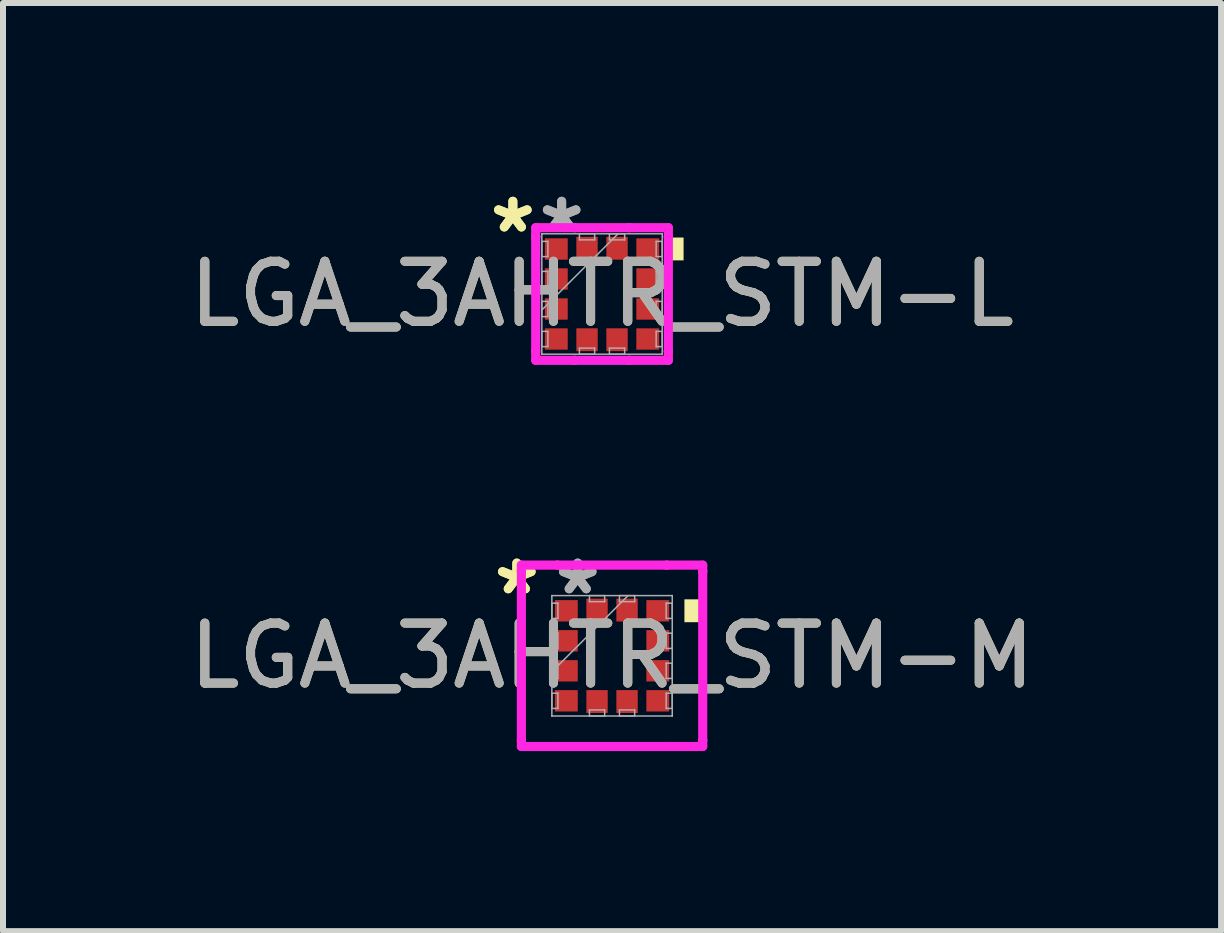
<source format=kicad_pcb>
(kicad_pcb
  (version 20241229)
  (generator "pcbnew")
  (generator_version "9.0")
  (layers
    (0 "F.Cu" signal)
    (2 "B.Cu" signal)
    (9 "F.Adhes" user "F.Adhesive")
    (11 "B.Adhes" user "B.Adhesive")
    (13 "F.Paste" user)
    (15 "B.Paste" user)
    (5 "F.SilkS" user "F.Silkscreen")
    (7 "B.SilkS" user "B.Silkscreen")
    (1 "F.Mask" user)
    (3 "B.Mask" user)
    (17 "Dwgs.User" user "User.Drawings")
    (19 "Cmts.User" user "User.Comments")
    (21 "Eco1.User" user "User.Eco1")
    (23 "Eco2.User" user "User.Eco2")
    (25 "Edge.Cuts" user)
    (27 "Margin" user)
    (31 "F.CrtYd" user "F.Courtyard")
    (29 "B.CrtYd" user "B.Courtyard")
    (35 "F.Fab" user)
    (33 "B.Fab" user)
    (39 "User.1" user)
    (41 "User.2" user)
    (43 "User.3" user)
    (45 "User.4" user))
  (footprint "LGA_3AHTR_STM-L"
    (layer "F.Cu")
    (at 6.982 1.849)
    (property "Reference" "LGA_3AHTR_STM-L" (at 0 0 0) (unlocked yes) (layer "F.SilkS") (effects (font (size 1 1) (thickness 0.15))))
    (attr smd)
    (fp_poly (pts (xy 1.359 -0.941) (xy 1.359 -0.56) (xy 1.105 -0.56) (xy 1.105 -0.941)) (stroke (width 0) (type solid)) (fill yes) (layer "F.SilkS"))
    (fp_line (start -1.105 -1.105) (end -0.453 -1.105) (stroke (width 0.152) (type solid)) (layer "F.CrtYd"))
    (fp_line (start -1.105 -0.953) (end -1.105 -1.105) (stroke (width 0.152) (type solid)) (layer "F.CrtYd"))
    (fp_line (start -1.105 -0.953) (end -1.105 -0.953) (stroke (width 0.152) (type solid)) (layer "F.CrtYd"))
    (fp_line (start -1.105 0.953) (end -1.105 -0.953) (stroke (width 0.152) (type solid)) (layer "F.CrtYd"))
    (fp_line (start -1.105 0.953) (end -1.105 0.953) (stroke (width 0.152) (type solid)) (layer "F.CrtYd"))
    (fp_line (start -1.105 1.105) (end -1.105 0.953) (stroke (width 0.152) (type solid)) (layer "F.CrtYd"))
    (fp_line (start -0.453 -1.105) (end -0.453 -1.105) (stroke (width 0.152) (type solid)) (layer "F.CrtYd"))
    (fp_line (start -0.453 -1.105) (end 0.453 -1.105) (stroke (width 0.152) (type solid)) (layer "F.CrtYd"))
    (fp_line (start -0.453 1.105) (end -1.105 1.105) (stroke (width 0.152) (type solid)) (layer "F.CrtYd"))
    (fp_line (start -0.453 1.105) (end -0.453 1.105) (stroke (width 0.152) (type solid)) (layer "F.CrtYd"))
    (fp_line (start 0.453 -1.105) (end 0.453 -1.105) (stroke (width 0.152) (type solid)) (layer "F.CrtYd"))
    (fp_line (start 0.453 -1.105) (end 1.105 -1.105) (stroke (width 0.152) (type solid)) (layer "F.CrtYd"))
    (fp_line (start 0.453 1.105) (end -0.453 1.105) (stroke (width 0.152) (type solid)) (layer "F.CrtYd"))
    (fp_line (start 0.453 1.105) (end 0.453 1.105) (stroke (width 0.152) (type solid)) (layer "F.CrtYd"))
    (fp_line (start 1.105 -1.105) (end 1.105 -0.953) (stroke (width 0.152) (type solid)) (layer "F.CrtYd"))
    (fp_line (start 1.105 -0.953) (end 1.105 -0.953) (stroke (width 0.152) (type solid)) (layer "F.CrtYd"))
    (fp_line (start 1.105 -0.953) (end 1.105 0.953) (stroke (width 0.152) (type solid)) (layer "F.CrtYd"))
    (fp_line (start 1.105 0.953) (end 1.105 0.953) (stroke (width 0.152) (type solid)) (layer "F.CrtYd"))
    (fp_line (start 1.105 0.953) (end 1.105 1.105) (stroke (width 0.152) (type solid)) (layer "F.CrtYd"))
    (fp_line (start 1.105 1.105) (end 0.453 1.105) (stroke (width 0.152) (type solid)) (layer "F.CrtYd"))
    (fp_line (start -1.003 -1.003) (end -1.003 -1.003) (stroke (width 0.025) (type solid)) (layer "F.Fab"))
    (fp_line (start -1.003 -1.003) (end -1.003 1.003) (stroke (width 0.025) (type solid)) (layer "F.Fab"))
    (fp_line (start -1.003 -0.877) (end -0.902 -0.877) (stroke (width 0.025) (type solid)) (layer "F.Fab"))
    (fp_line (start -1.003 -0.623) (end -1.003 -0.877) (stroke (width 0.025) (type solid)) (layer "F.Fab"))
    (fp_line (start -1.003 -0.377) (end -0.902 -0.377) (stroke (width 0.025) (type solid)) (layer "F.Fab"))
    (fp_line (start -1.003 -0.123) (end -1.003 -0.377) (stroke (width 0.025) (type solid)) (layer "F.Fab"))
    (fp_line (start -1.003 0.123) (end -0.902 0.123) (stroke (width 0.025) (type solid)) (layer "F.Fab"))
    (fp_line (start -1.003 0.267) (end 0.267 -1.003) (stroke (width 0.025) (type solid)) (layer "F.Fab"))
    (fp_line (start -1.003 0.377) (end -1.003 0.123) (stroke (width 0.025) (type solid)) (layer "F.Fab"))
    (fp_line (start -1.003 0.623) (end -0.902 0.623) (stroke (width 0.025) (type solid)) (layer "F.Fab"))
    (fp_line (start -1.003 0.877) (end -1.003 0.623) (stroke (width 0.025) (type solid)) (layer "F.Fab"))
    (fp_line (start -1.003 1.003) (end -1.003 1.003) (stroke (width 0.025) (type solid)) (layer "F.Fab"))
    (fp_line (start -1.003 1.003) (end 1.003 1.003) (stroke (width 0.025) (type solid)) (layer "F.Fab"))
    (fp_line (start -0.902 -0.877) (end -0.902 -0.623) (stroke (width 0.025) (type solid)) (layer "F.Fab"))
    (fp_line (start -0.902 -0.623) (end -1.003 -0.623) (stroke (width 0.025) (type solid)) (layer "F.Fab"))
    (fp_line (start -0.902 -0.377) (end -0.902 -0.123) (stroke (width 0.025) (type solid)) (layer "F.Fab"))
    (fp_line (start -0.902 -0.123) (end -1.003 -0.123) (stroke (width 0.025) (type solid)) (layer "F.Fab"))
    (fp_line (start -0.902 0.123) (end -0.902 0.377) (stroke (width 0.025) (type solid)) (layer "F.Fab"))
    (fp_line (start -0.902 0.377) (end -1.003 0.377) (stroke (width 0.025) (type solid)) (layer "F.Fab"))
    (fp_line (start -0.902 0.623) (end -0.902 0.877) (stroke (width 0.025) (type solid)) (layer "F.Fab"))
    (fp_line (start -0.902 0.877) (end -1.003 0.877) (stroke (width 0.025) (type solid)) (layer "F.Fab"))
    (fp_line (start -0.377 -1.003) (end -0.123 -1.003) (stroke (width 0.025) (type solid)) (layer "F.Fab"))
    (fp_line (start -0.377 -0.902) (end -0.377 -1.003) (stroke (width 0.025) (type solid)) (layer "F.Fab"))
    (fp_line (start -0.377 0.902) (end -0.123 0.902) (stroke (width 0.025) (type solid)) (layer "F.Fab"))
    (fp_line (start -0.377 1.003) (end -0.377 0.902) (stroke (width 0.025) (type solid)) (layer "F.Fab"))
    (fp_line (start -0.123 -1.003) (end -0.123 -0.902) (stroke (width 0.025) (type solid)) (layer "F.Fab"))
    (fp_line (start -0.123 -0.902) (end -0.377 -0.902) (stroke (width 0.025) (type solid)) (layer "F.Fab"))
    (fp_line (start -0.123 0.902) (end -0.123 1.003) (stroke (width 0.025) (type solid)) (layer "F.Fab"))
    (fp_line (start -0.123 1.003) (end -0.377 1.003) (stroke (width 0.025) (type solid)) (layer "F.Fab"))
    (fp_line (start 0.123 -1.003) (end 0.377 -1.003) (stroke (width 0.025) (type solid)) (layer "F.Fab"))
    (fp_line (start 0.123 -0.902) (end 0.123 -1.003) (stroke (width 0.025) (type solid)) (layer "F.Fab"))
    (fp_line (start 0.123 0.902) (end 0.377 0.902) (stroke (width 0.025) (type solid)) (layer "F.Fab"))
    (fp_line (start 0.123 1.003) (end 0.123 0.902) (stroke (width 0.025) (type solid)) (layer "F.Fab"))
    (fp_line (start 0.377 -1.003) (end 0.377 -0.902) (stroke (width 0.025) (type solid)) (layer "F.Fab"))
    (fp_line (start 0.377 -0.902) (end 0.123 -0.902) (stroke (width 0.025) (type solid)) (layer "F.Fab"))
    (fp_line (start 0.377 0.902) (end 0.377 1.003) (stroke (width 0.025) (type solid)) (layer "F.Fab"))
    (fp_line (start 0.377 1.003) (end 0.123 1.003) (stroke (width 0.025) (type solid)) (layer "F.Fab"))
    (fp_line (start 0.902 -0.877) (end 1.003 -0.877) (stroke (width 0.025) (type solid)) (layer "F.Fab"))
    (fp_line (start 0.902 -0.623) (end 0.902 -0.877) (stroke (width 0.025) (type solid)) (layer "F.Fab"))
    (fp_line (start 0.902 -0.377) (end 1.003 -0.377) (stroke (width 0.025) (type solid)) (layer "F.Fab"))
    (fp_line (start 0.902 -0.123) (end 0.902 -0.377) (stroke (width 0.025) (type solid)) (layer "F.Fab"))
    (fp_line (start 0.902 0.123) (end 1.003 0.123) (stroke (width 0.025) (type solid)) (layer "F.Fab"))
    (fp_line (start 0.902 0.377) (end 0.902 0.123) (stroke (width 0.025) (type solid)) (layer "F.Fab"))
    (fp_line (start 0.902 0.623) (end 1.003 0.623) (stroke (width 0.025) (type solid)) (layer "F.Fab"))
    (fp_line (start 0.902 0.877) (end 0.902 0.623) (stroke (width 0.025) (type solid)) (layer "F.Fab"))
    (fp_line (start 1.003 -1.003) (end -1.003 -1.003) (stroke (width 0.025) (type solid)) (layer "F.Fab"))
    (fp_line (start 1.003 -1.003) (end 1.003 -1.003) (stroke (width 0.025) (type solid)) (layer "F.Fab"))
    (fp_line (start 1.003 -0.877) (end 1.003 -0.623) (stroke (width 0.025) (type solid)) (layer "F.Fab"))
    (fp_line (start 1.003 -0.623) (end 0.902 -0.623) (stroke (width 0.025) (type solid)) (layer "F.Fab"))
    (fp_line (start 1.003 -0.377) (end 1.003 -0.123) (stroke (width 0.025) (type solid)) (layer "F.Fab"))
    (fp_line (start 1.003 -0.123) (end 0.902 -0.123) (stroke (width 0.025) (type solid)) (layer "F.Fab"))
    (fp_line (start 1.003 0.123) (end 1.003 0.377) (stroke (width 0.025) (type solid)) (layer "F.Fab"))
    (fp_line (start 1.003 0.377) (end 0.902 0.377) (stroke (width 0.025) (type solid)) (layer "F.Fab"))
    (fp_line (start 1.003 0.623) (end 1.003 0.877) (stroke (width 0.025) (type solid)) (layer "F.Fab"))
    (fp_line (start 1.003 0.877) (end 0.902 0.877) (stroke (width 0.025) (type solid)) (layer "F.Fab"))
    (fp_line (start 1.003 1.003) (end 1.003 -1.003) (stroke (width 0.025) (type solid)) (layer "F.Fab"))
    (fp_line (start 1.003 1.003) (end 1.003 1.003) (stroke (width 0.025) (type solid)) (layer "F.Fab"))
    (fp_text user "*" (at -1.486 -1 0) (unlocked yes) (layer "F.SilkS") (effects (font (size 1 1) (thickness 0.15))))
    (fp_text user "*" (at -1.486 -1 0) (layer "F.SilkS") (effects (font (size 1 1) (thickness 0.15))))
    (fp_text user "${REFERENCE}" (at 0 0 0) (unlocked yes) (layer "F.Fab") (effects (font (size 1 1) (thickness 0.15))))
    (fp_text user "*" (at -0.673 -1 0) (layer "F.Fab") (effects (font (size 1 1) (thickness 0.15))))
    (fp_text user "*" (at -0.673 -1 0) (unlocked yes) (layer "F.Fab") (effects (font (size 1 1) (thickness 0.15))))
    (pad "1" smd rect (at -0.762 -0.75 90) (size 0.356 0.381) (layers "F.Cu" "F.Mask" "F.Paste"))
    (pad "2" smd rect (at -0.762 -0.25 90) (size 0.356 0.381) (layers "F.Cu" "F.Mask" "F.Paste"))
    (pad "3" smd rect (at -0.762 0.25 90) (size 0.356 0.381) (layers "F.Cu" "F.Mask" "F.Paste"))
    (pad "4" smd rect (at -0.762 0.75 90) (size 0.356 0.381) (layers "F.Cu" "F.Mask" "F.Paste"))
    (pad "5" smd rect (at -0.25 0.762) (size 0.356 0.381) (layers "F.Cu" "F.Mask" "F.Paste"))
    (pad "6" smd rect (at 0.25 0.762) (size 0.356 0.381) (layers "F.Cu" "F.Mask" "F.Paste"))
    (pad "7" smd rect (at 0.762 0.75 90) (size 0.356 0.381) (layers "F.Cu" "F.Mask" "F.Paste"))
    (pad "8" smd rect (at 0.762 0.25 90) (size 0.356 0.381) (layers "F.Cu" "F.Mask" "F.Paste"))
    (pad "9" smd rect (at 0.762 -0.25 90) (size 0.356 0.381) (layers "F.Cu" "F.Mask" "F.Paste"))
    (pad "10" smd rect (at 0.762 -0.75 90) (size 0.356 0.381) (layers "F.Cu" "F.Mask" "F.Paste"))
    (pad "11" smd rect (at 0.25 -0.762) (size 0.356 0.381) (layers "F.Cu" "F.Mask" "F.Paste"))
    (pad "12" smd rect (at -0.25 -0.762) (size 0.356 0.381) (layers "F.Cu" "F.Mask" "F.Paste")))
  (footprint "LGA_3AHTR_STM-M"
    (layer "F.Cu")
    (at 7.149 7.878)
    (property "Reference" "LGA_3AHTR_STM-M" (at 0 0 0) (unlocked yes) (layer "F.SilkS") (effects (font (size 1 1) (thickness 0.15))))
    (attr smd)
    (fp_poly (pts (xy 1.46 -0.941) (xy 1.46 -0.56) (xy 1.206 -0.56) (xy 1.206 -0.941)) (stroke (width 0) (type solid)) (fill yes) (layer "F.SilkS"))
    (fp_line (start -1.511 -1.511) (end -0.91 -1.511) (stroke (width 0.152) (type solid)) (layer "F.CrtYd"))
    (fp_line (start -1.511 -1.411) (end -1.511 -1.511) (stroke (width 0.152) (type solid)) (layer "F.CrtYd"))
    (fp_line (start -1.511 -1.411) (end -1.511 -1.411) (stroke (width 0.152) (type solid)) (layer "F.CrtYd"))
    (fp_line (start -1.511 1.411) (end -1.511 -1.411) (stroke (width 0.152) (type solid)) (layer "F.CrtYd"))
    (fp_line (start -1.511 1.411) (end -1.511 1.411) (stroke (width 0.152) (type solid)) (layer "F.CrtYd"))
    (fp_line (start -1.511 1.511) (end -1.511 1.411) (stroke (width 0.152) (type solid)) (layer "F.CrtYd"))
    (fp_line (start -0.91 -1.511) (end -0.91 -1.511) (stroke (width 0.152) (type solid)) (layer "F.CrtYd"))
    (fp_line (start -0.91 -1.511) (end 0.91 -1.511) (stroke (width 0.152) (type solid)) (layer "F.CrtYd"))
    (fp_line (start -0.91 1.511) (end -1.511 1.511) (stroke (width 0.152) (type solid)) (layer "F.CrtYd"))
    (fp_line (start -0.91 1.511) (end -0.91 1.511) (stroke (width 0.152) (type solid)) (layer "F.CrtYd"))
    (fp_line (start 0.91 -1.511) (end 0.91 -1.511) (stroke (width 0.152) (type solid)) (layer "F.CrtYd"))
    (fp_line (start 0.91 -1.511) (end 1.511 -1.511) (stroke (width 0.152) (type solid)) (layer "F.CrtYd"))
    (fp_line (start 0.91 1.511) (end -0.91 1.511) (stroke (width 0.152) (type solid)) (layer "F.CrtYd"))
    (fp_line (start 0.91 1.511) (end 0.91 1.511) (stroke (width 0.152) (type solid)) (layer "F.CrtYd"))
    (fp_line (start 1.511 -1.511) (end 1.511 -1.411) (stroke (width 0.152) (type solid)) (layer "F.CrtYd"))
    (fp_line (start 1.511 -1.411) (end 1.511 -1.411) (stroke (width 0.152) (type solid)) (layer "F.CrtYd"))
    (fp_line (start 1.511 -1.411) (end 1.511 1.411) (stroke (width 0.152) (type solid)) (layer "F.CrtYd"))
    (fp_line (start 1.511 1.411) (end 1.511 1.411) (stroke (width 0.152) (type solid)) (layer "F.CrtYd"))
    (fp_line (start 1.511 1.411) (end 1.511 1.511) (stroke (width 0.152) (type solid)) (layer "F.CrtYd"))
    (fp_line (start 1.511 1.511) (end 0.91 1.511) (stroke (width 0.152) (type solid)) (layer "F.CrtYd"))
    (fp_line (start -1.003 -1.003) (end -1.003 -1.003) (stroke (width 0.025) (type solid)) (layer "F.Fab"))
    (fp_line (start -1.003 -1.003) (end -1.003 1.003) (stroke (width 0.025) (type solid)) (layer "F.Fab"))
    (fp_line (start -1.003 -0.877) (end -0.902 -0.877) (stroke (width 0.025) (type solid)) (layer "F.Fab"))
    (fp_line (start -1.003 -0.623) (end -1.003 -0.877) (stroke (width 0.025) (type solid)) (layer "F.Fab"))
    (fp_line (start -1.003 -0.377) (end -0.902 -0.377) (stroke (width 0.025) (type solid)) (layer "F.Fab"))
    (fp_line (start -1.003 -0.123) (end -1.003 -0.377) (stroke (width 0.025) (type solid)) (layer "F.Fab"))
    (fp_line (start -1.003 0.123) (end -0.902 0.123) (stroke (width 0.025) (type solid)) (layer "F.Fab"))
    (fp_line (start -1.003 0.267) (end 0.267 -1.003) (stroke (width 0.025) (type solid)) (layer "F.Fab"))
    (fp_line (start -1.003 0.377) (end -1.003 0.123) (stroke (width 0.025) (type solid)) (layer "F.Fab"))
    (fp_line (start -1.003 0.623) (end -0.902 0.623) (stroke (width 0.025) (type solid)) (layer "F.Fab"))
    (fp_line (start -1.003 0.877) (end -1.003 0.623) (stroke (width 0.025) (type solid)) (layer "F.Fab"))
    (fp_line (start -1.003 1.003) (end -1.003 1.003) (stroke (width 0.025) (type solid)) (layer "F.Fab"))
    (fp_line (start -1.003 1.003) (end 1.003 1.003) (stroke (width 0.025) (type solid)) (layer "F.Fab"))
    (fp_line (start -0.902 -0.877) (end -0.902 -0.623) (stroke (width 0.025) (type solid)) (layer "F.Fab"))
    (fp_line (start -0.902 -0.623) (end -1.003 -0.623) (stroke (width 0.025) (type solid)) (layer "F.Fab"))
    (fp_line (start -0.902 -0.377) (end -0.902 -0.123) (stroke (width 0.025) (type solid)) (layer "F.Fab"))
    (fp_line (start -0.902 -0.123) (end -1.003 -0.123) (stroke (width 0.025) (type solid)) (layer "F.Fab"))
    (fp_line (start -0.902 0.123) (end -0.902 0.377) (stroke (width 0.025) (type solid)) (layer "F.Fab"))
    (fp_line (start -0.902 0.377) (end -1.003 0.377) (stroke (width 0.025) (type solid)) (layer "F.Fab"))
    (fp_line (start -0.902 0.623) (end -0.902 0.877) (stroke (width 0.025) (type solid)) (layer "F.Fab"))
    (fp_line (start -0.902 0.877) (end -1.003 0.877) (stroke (width 0.025) (type solid)) (layer "F.Fab"))
    (fp_line (start -0.377 -1.003) (end -0.123 -1.003) (stroke (width 0.025) (type solid)) (layer "F.Fab"))
    (fp_line (start -0.377 -0.902) (end -0.377 -1.003) (stroke (width 0.025) (type solid)) (layer "F.Fab"))
    (fp_line (start -0.377 0.902) (end -0.123 0.902) (stroke (width 0.025) (type solid)) (layer "F.Fab"))
    (fp_line (start -0.377 1.003) (end -0.377 0.902) (stroke (width 0.025) (type solid)) (layer "F.Fab"))
    (fp_line (start -0.123 -1.003) (end -0.123 -0.902) (stroke (width 0.025) (type solid)) (layer "F.Fab"))
    (fp_line (start -0.123 -0.902) (end -0.377 -0.902) (stroke (width 0.025) (type solid)) (layer "F.Fab"))
    (fp_line (start -0.123 0.902) (end -0.123 1.003) (stroke (width 0.025) (type solid)) (layer "F.Fab"))
    (fp_line (start -0.123 1.003) (end -0.377 1.003) (stroke (width 0.025) (type solid)) (layer "F.Fab"))
    (fp_line (start 0.123 -1.003) (end 0.377 -1.003) (stroke (width 0.025) (type solid)) (layer "F.Fab"))
    (fp_line (start 0.123 -0.902) (end 0.123 -1.003) (stroke (width 0.025) (type solid)) (layer "F.Fab"))
    (fp_line (start 0.123 0.902) (end 0.377 0.902) (stroke (width 0.025) (type solid)) (layer "F.Fab"))
    (fp_line (start 0.123 1.003) (end 0.123 0.902) (stroke (width 0.025) (type solid)) (layer "F.Fab"))
    (fp_line (start 0.377 -1.003) (end 0.377 -0.902) (stroke (width 0.025) (type solid)) (layer "F.Fab"))
    (fp_line (start 0.377 -0.902) (end 0.123 -0.902) (stroke (width 0.025) (type solid)) (layer "F.Fab"))
    (fp_line (start 0.377 0.902) (end 0.377 1.003) (stroke (width 0.025) (type solid)) (layer "F.Fab"))
    (fp_line (start 0.377 1.003) (end 0.123 1.003) (stroke (width 0.025) (type solid)) (layer "F.Fab"))
    (fp_line (start 0.902 -0.877) (end 1.003 -0.877) (stroke (width 0.025) (type solid)) (layer "F.Fab"))
    (fp_line (start 0.902 -0.623) (end 0.902 -0.877) (stroke (width 0.025) (type solid)) (layer "F.Fab"))
    (fp_line (start 0.902 -0.377) (end 1.003 -0.377) (stroke (width 0.025) (type solid)) (layer "F.Fab"))
    (fp_line (start 0.902 -0.123) (end 0.902 -0.377) (stroke (width 0.025) (type solid)) (layer "F.Fab"))
    (fp_line (start 0.902 0.123) (end 1.003 0.123) (stroke (width 0.025) (type solid)) (layer "F.Fab"))
    (fp_line (start 0.902 0.377) (end 0.902 0.123) (stroke (width 0.025) (type solid)) (layer "F.Fab"))
    (fp_line (start 0.902 0.623) (end 1.003 0.623) (stroke (width 0.025) (type solid)) (layer "F.Fab"))
    (fp_line (start 0.902 0.877) (end 0.902 0.623) (stroke (width 0.025) (type solid)) (layer "F.Fab"))
    (fp_line (start 1.003 -1.003) (end -1.003 -1.003) (stroke (width 0.025) (type solid)) (layer "F.Fab"))
    (fp_line (start 1.003 -1.003) (end 1.003 -1.003) (stroke (width 0.025) (type solid)) (layer "F.Fab"))
    (fp_line (start 1.003 -0.877) (end 1.003 -0.623) (stroke (width 0.025) (type solid)) (layer "F.Fab"))
    (fp_line (start 1.003 -0.623) (end 0.902 -0.623) (stroke (width 0.025) (type solid)) (layer "F.Fab"))
    (fp_line (start 1.003 -0.377) (end 1.003 -0.123) (stroke (width 0.025) (type solid)) (layer "F.Fab"))
    (fp_line (start 1.003 -0.123) (end 0.902 -0.123) (stroke (width 0.025) (type solid)) (layer "F.Fab"))
    (fp_line (start 1.003 0.123) (end 1.003 0.377) (stroke (width 0.025) (type solid)) (layer "F.Fab"))
    (fp_line (start 1.003 0.377) (end 0.902 0.377) (stroke (width 0.025) (type solid)) (layer "F.Fab"))
    (fp_line (start 1.003 0.623) (end 1.003 0.877) (stroke (width 0.025) (type solid)) (layer "F.Fab"))
    (fp_line (start 1.003 0.877) (end 0.902 0.877) (stroke (width 0.025) (type solid)) (layer "F.Fab"))
    (fp_line (start 1.003 1.003) (end 1.003 -1.003) (stroke (width 0.025) (type solid)) (layer "F.Fab"))
    (fp_line (start 1.003 1.003) (end 1.003 1.003) (stroke (width 0.025) (type solid)) (layer "F.Fab"))
    (fp_text user "*" (at -1.587 -1 0) (unlocked yes) (layer "F.SilkS") (effects (font (size 1 1) (thickness 0.15))))
    (fp_text user "*" (at -1.587 -1 0) (layer "F.SilkS") (effects (font (size 1 1) (thickness 0.15))))
    (fp_text user "*" (at -0.572 -1 0) (layer "F.Fab") (effects (font (size 1 1) (thickness 0.15))))
    (fp_text user "*" (at -0.572 -1 0) (unlocked yes) (layer "F.Fab") (effects (font (size 1 1) (thickness 0.15))))
    (fp_text user "${REFERENCE}" (at 0 0 0) (unlocked yes) (layer "F.Fab") (effects (font (size 1 1) (thickness 0.15))))
    (pad "1" smd rect (at -0.762 -0.75 90) (size 0.356 0.381) (layers "F.Cu" "F.Mask" "F.Paste"))
    (pad "2" smd rect (at -0.762 -0.25 90) (size 0.356 0.381) (layers "F.Cu" "F.Mask" "F.Paste"))
    (pad "3" smd rect (at -0.762 0.25 90) (size 0.356 0.381) (layers "F.Cu" "F.Mask" "F.Paste"))
    (pad "4" smd rect (at -0.762 0.75 90) (size 0.356 0.381) (layers "F.Cu" "F.Mask" "F.Paste"))
    (pad "5" smd rect (at -0.25 0.762) (size 0.356 0.381) (layers "F.Cu" "F.Mask" "F.Paste"))
    (pad "6" smd rect (at 0.25 0.762) (size 0.356 0.381) (layers "F.Cu" "F.Mask" "F.Paste"))
    (pad "7" smd rect (at 0.762 0.75 90) (size 0.356 0.381) (layers "F.Cu" "F.Mask" "F.Paste"))
    (pad "8" smd rect (at 0.762 0.25 90) (size 0.356 0.381) (layers "F.Cu" "F.Mask" "F.Paste"))
    (pad "9" smd rect (at 0.762 -0.25 90) (size 0.356 0.381) (layers "F.Cu" "F.Mask" "F.Paste"))
    (pad "10" smd rect (at 0.762 -0.75 90) (size 0.356 0.381) (layers "F.Cu" "F.Mask" "F.Paste"))
    (pad "11" smd rect (at 0.25 -0.762) (size 0.356 0.381) (layers "F.Cu" "F.Mask" "F.Paste"))
    (pad "12" smd rect (at -0.25 -0.762) (size 0.356 0.381) (layers "F.Cu" "F.Mask" "F.Paste")))
  (gr_rect
    (start -3 -3)
    (end 17.298 12.466)
    (stroke (width 0.1) (type default))
    (fill no)
    (layer "Edge.Cuts")))
</source>
